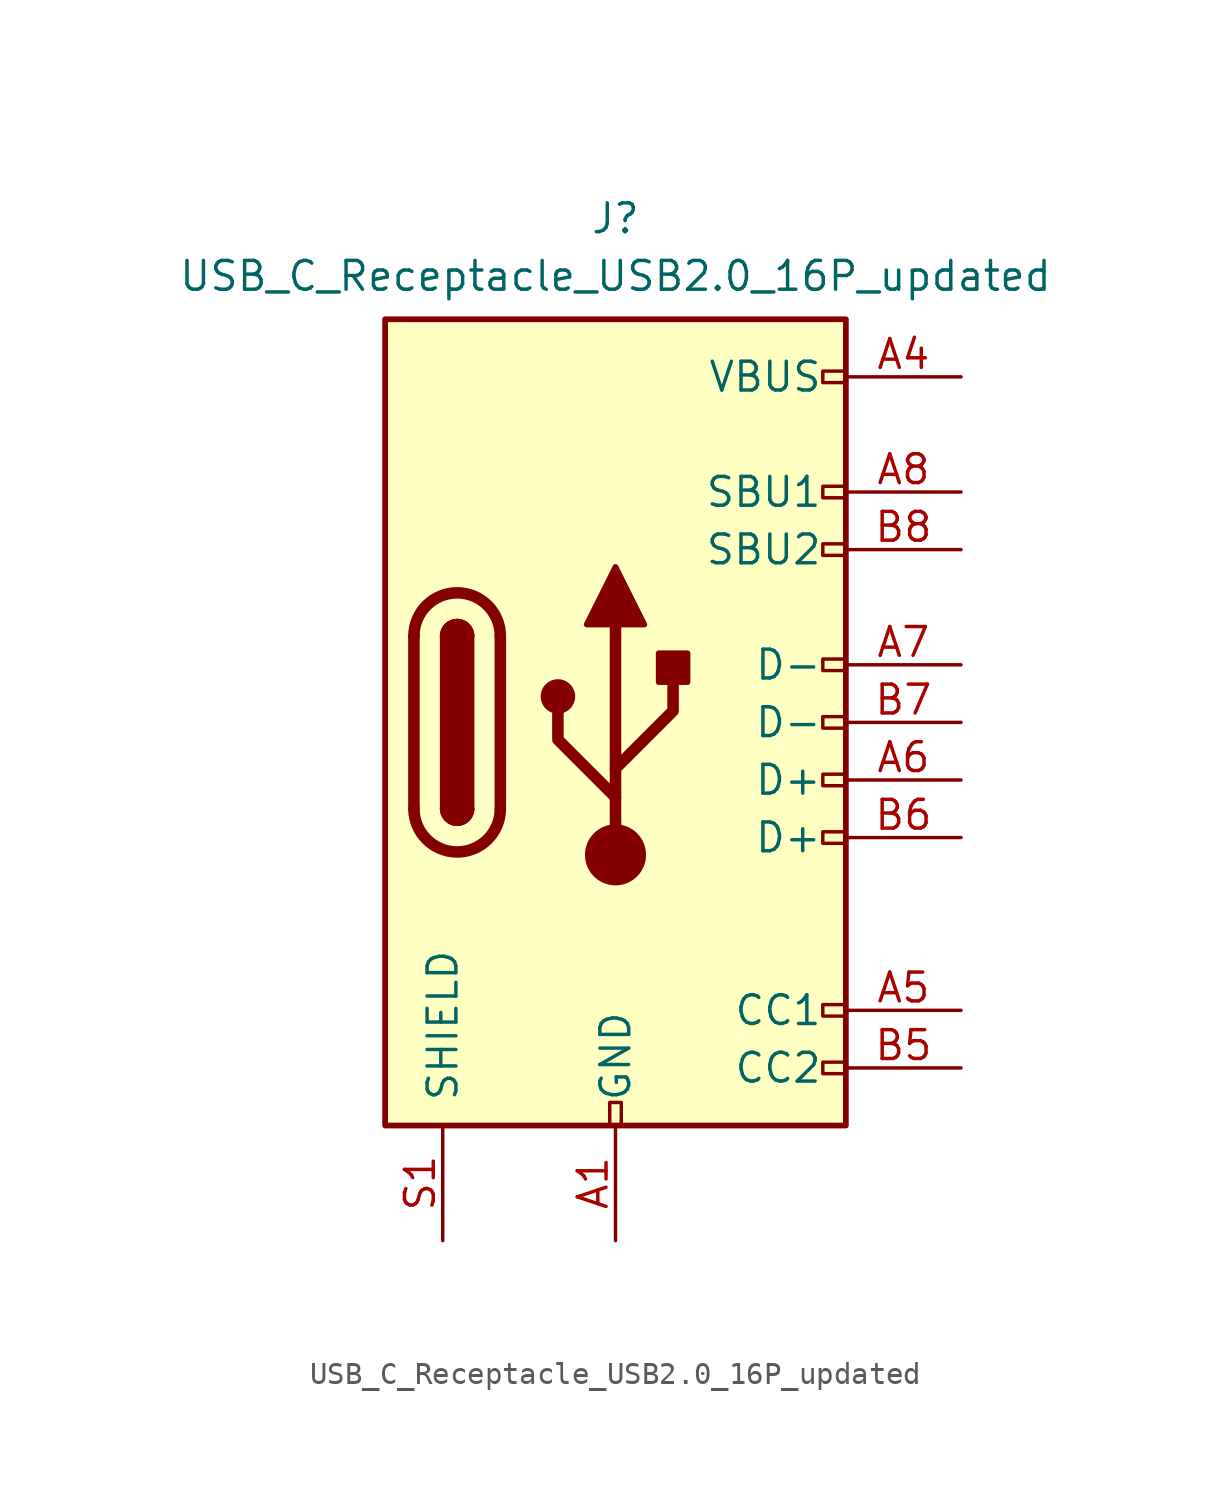
<source format=kicad_sym>
(kicad_symbol_lib
  (version 20231120)
  (generator "kicad_symbol_editor")
  (generator_version "8.0")
  (symbol "USB_C_Receptacle_USB2.0_16P_updated"
    (pin_names
      (offset 1.016))
    (property "Reference" "J"
      (at 0 22.225 0)
      (effects (font (size 1.27 1.27))))
    (property "Value" "USB_C_Receptacle_USB2.0_16P_updated"
      (at 0 19.685 0)
      (effects (font (size 1.27 1.27))))
    (symbol "USB_C_Receptacle_USB2.0_16P_updated_0_0"
      (rectangle (start -0.254 -17.78) (end 0.254 -16.764) (stroke (width 0) (type default)) (fill (type none)))
      (rectangle (start 10.16 -14.986) (end 9.144 -15.494) (stroke (width 0) (type default)) (fill (type none)))
      (rectangle (start 10.16 -12.446) (end 9.144 -12.954) (stroke (width 0) (type default)) (fill (type none)))
      (rectangle (start 10.16 -4.826) (end 9.144 -5.334) (stroke (width 0) (type default)) (fill (type none)))
      (rectangle (start 10.16 -2.286) (end 9.144 -2.794) (stroke (width 0) (type default)) (fill (type none)))
      (rectangle (start 10.16 0.254) (end 9.144 -0.254) (stroke (width 0) (type default)) (fill (type none)))
      (rectangle (start 10.16 2.794) (end 9.144 2.286) (stroke (width 0) (type default)) (fill (type none)))
      (rectangle (start 10.16 7.874) (end 9.144 7.366) (stroke (width 0) (type default)) (fill (type none)))
      (rectangle (start 10.16 10.414) (end 9.144 9.906) (stroke (width 0) (type default)) (fill (type none)))
      (rectangle (start 10.16 15.494) (end 9.144 14.986) (stroke (width 0) (type default)) (fill (type none))))
    (symbol "USB_C_Receptacle_USB2.0_16P_updated_0_1"
      (rectangle (start -10.16 17.78) (end 10.16 -17.78) (stroke (width 0.254) (type default)) (fill (type background)))
      (arc (start -8.89 -3.81) (mid -6.985 -5.7067) (end -5.08 -3.81) (stroke (width 0.508) (type default)) (fill (type none)))
      (arc (start -7.62 -3.81) (mid -6.985 -4.4423) (end -6.35 -3.81) (stroke (width 0.254) (type default)) (fill (type none)))
      (arc (start -7.62 -3.81) (mid -6.985 -4.4423) (end -6.35 -3.81) (stroke (width 0.254) (type default)) (fill (type outline)))
      (rectangle (start -7.62 -3.81) (end -6.35 3.81) (stroke (width 0.254) (type default)) (fill (type outline)))
      (arc (start -6.35 3.81) (mid -6.985 4.4423) (end -7.62 3.81) (stroke (width 0.254) (type default)) (fill (type none)))
      (arc (start -6.35 3.81) (mid -6.985 4.4423) (end -7.62 3.81) (stroke (width 0.254) (type default)) (fill (type outline)))
      (arc (start -5.08 3.81) (mid -6.985 5.7067) (end -8.89 3.81) (stroke (width 0.508) (type default)) (fill (type none)))
      (circle (center -2.54 1.143) (radius 0.635) (stroke (width 0.254) (type default)) (fill (type outline)))
      (circle (center 0 -5.842) (radius 1.27) (stroke (width 0) (type default)) (fill (type outline)))
      (polyline (pts (xy -8.89 -3.81) (xy -8.89 3.81)) (stroke (width 0.508) (type default)) (fill (type none)))
      (polyline (pts (xy -5.08 3.81) (xy -5.08 -3.81)) (stroke (width 0.508) (type default)) (fill (type none)))
      (polyline (pts (xy 0 -5.842) (xy 0 4.318)) (stroke (width 0.508) (type default)) (fill (type none)))
      (polyline (pts (xy 0 -3.302) (xy -2.54 -0.762) (xy -2.54 0.508)) (stroke (width 0.508) (type default)) (fill (type none)))
      (polyline (pts (xy 0 -2.032) (xy 2.54 0.508) (xy 2.54 1.778)) (stroke (width 0.508) (type default)) (fill (type none)))
      (polyline (pts (xy -1.27 4.318) (xy 0 6.858) (xy 1.27 4.318) (xy -1.27 4.318)) (stroke (width 0.254) (type default)) (fill (type outline)))
      (rectangle (start 1.905 1.778) (end 3.175 3.048) (stroke (width 0.254) (type default)) (fill (type outline))))
    (symbol "USB_C_Receptacle_USB2.0_16P_updated_1_1"
      (pin passive line (at 0 -22.86 90) (length 5.08) (name "GND" (effects (font (size 1.27 1.27)))) (number "A1" (effects (font (size 1.27 1.27)))))
      (pin passive line (at 0 -22.86 90) (length 5.08) hide (name "GND" (effects (font (size 1.27 1.27)))) (number "A12" (effects (font (size 1.27 1.27)))))
      (pin passive line (at 15.24 15.24 180) (length 5.08) (name "VBUS" (effects (font (size 1.27 1.27)))) (number "A4" (effects (font (size 1.27 1.27)))))
      (pin bidirectional line (at 15.24 -12.7 180) (length 5.08) (name "CC1" (effects (font (size 1.27 1.27)))) (number "A5" (effects (font (size 1.27 1.27)))))
      (pin bidirectional line (at 15.24 -2.54 180) (length 5.08) (name "D+" (effects (font (size 1.27 1.27)))) (number "A6" (effects (font (size 1.27 1.27)))))
      (pin bidirectional line (at 15.24 2.54 180) (length 5.08) (name "D-" (effects (font (size 1.27 1.27)))) (number "A7" (effects (font (size 1.27 1.27)))))
      (pin bidirectional line (at 15.24 10.16 180) (length 5.08) (name "SBU1" (effects (font (size 1.27 1.27)))) (number "A8" (effects (font (size 1.27 1.27)))))
      (pin passive line (at 15.24 15.24 180) (length 5.08) hide (name "VBUS" (effects (font (size 1.27 1.27)))) (number "A9" (effects (font (size 1.27 1.27)))))
      (pin passive line (at 0 -22.86 90) (length 5.08) hide (name "GND" (effects (font (size 1.27 1.27)))) (number "B1" (effects (font (size 1.27 1.27)))))
      (pin passive line (at 0 -22.86 90) (length 5.08) hide (name "GND" (effects (font (size 1.27 1.27)))) (number "B12" (effects (font (size 1.27 1.27)))))
      (pin passive line (at 15.24 15.24 180) (length 5.08) hide (name "VBUS" (effects (font (size 1.27 1.27)))) (number "B4" (effects (font (size 1.27 1.27)))))
      (pin bidirectional line (at 15.24 -15.24 180) (length 5.08) (name "CC2" (effects (font (size 1.27 1.27)))) (number "B5" (effects (font (size 1.27 1.27)))))
      (pin bidirectional line (at 15.24 -5.08 180) (length 5.08) (name "D+" (effects (font (size 1.27 1.27)))) (number "B6" (effects (font (size 1.27 1.27)))))
      (pin bidirectional line (at 15.24 0 180) (length 5.08) (name "D-" (effects (font (size 1.27 1.27)))) (number "B7" (effects (font (size 1.27 1.27)))))
      (pin bidirectional line (at 15.24 7.62 180) (length 5.08) (name "SBU2" (effects (font (size 1.27 1.27)))) (number "B8" (effects (font (size 1.27 1.27)))))
      (pin passive line (at 15.24 15.24 180) (length 5.08) hide (name "VBUS" (effects (font (size 1.27 1.27)))) (number "B9" (effects (font (size 1.27 1.27)))))
      (pin passive line (at -7.62 -22.86 90) (length 5.08) (name "SHIELD" (effects (font (size 1.27 1.27)))) (number "S1" (effects (font (size 1.27 1.27))))))))
</source>
